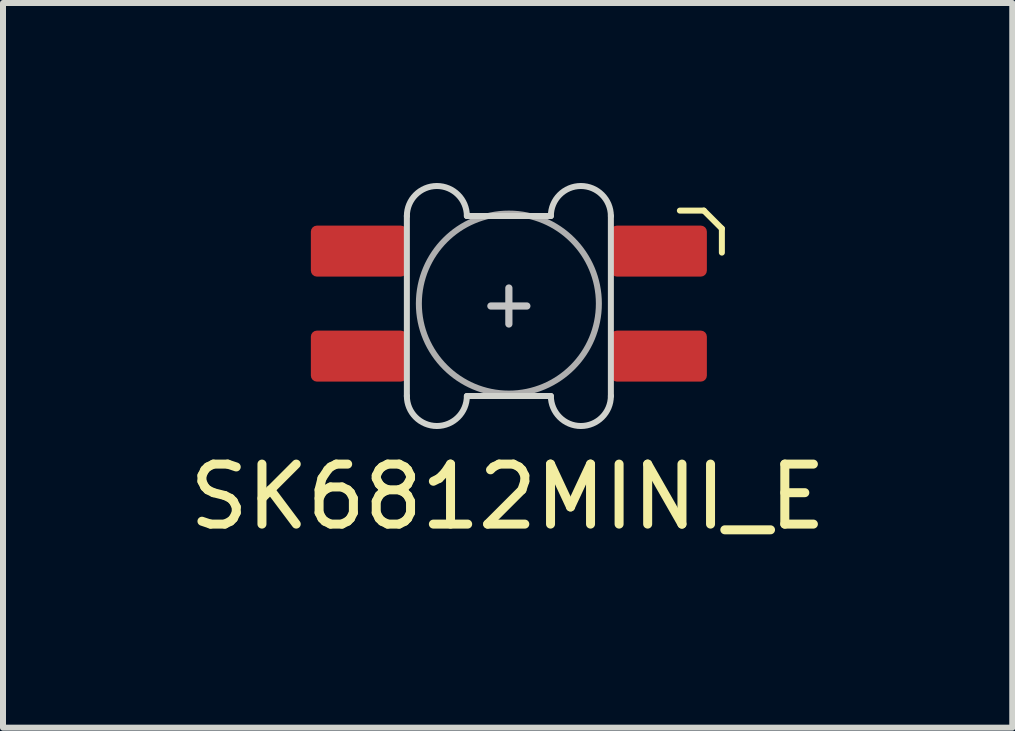
<source format=kicad_pcb>
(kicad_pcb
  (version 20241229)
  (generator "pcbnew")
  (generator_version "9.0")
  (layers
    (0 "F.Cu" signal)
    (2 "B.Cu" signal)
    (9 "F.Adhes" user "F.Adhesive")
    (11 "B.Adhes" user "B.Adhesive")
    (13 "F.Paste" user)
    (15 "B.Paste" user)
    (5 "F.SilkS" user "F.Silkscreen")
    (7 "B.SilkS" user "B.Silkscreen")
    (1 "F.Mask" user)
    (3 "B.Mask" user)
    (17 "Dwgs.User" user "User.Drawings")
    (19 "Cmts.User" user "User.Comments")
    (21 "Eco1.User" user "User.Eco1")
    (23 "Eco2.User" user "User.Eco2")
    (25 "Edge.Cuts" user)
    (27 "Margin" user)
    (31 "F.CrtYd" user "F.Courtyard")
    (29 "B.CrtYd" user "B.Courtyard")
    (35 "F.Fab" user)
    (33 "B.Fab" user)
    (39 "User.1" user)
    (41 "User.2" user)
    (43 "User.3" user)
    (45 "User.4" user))
  (footprint "SK6812MINI_E"
    (layer "F.Cu")
    (at 5.431 2.01)
    (property "Reference" "SK6812MINI_E" (at -0.02 3.22 0) (layer "F.SilkS") (effects (font (size 1 1) (thickness 0.15))))
    (attr through_hole)
    (fp_line (start 3.25 -1.55) (end 2.85 -1.55) (stroke (width 0.1) (type default)) (layer "F.SilkS"))
    (fp_line (start 3.25 -1.55) (end 3.55 -1.25) (stroke (width 0.1) (type default)) (layer "F.SilkS"))
    (fp_line (start 3.55 -1.25) (end 3.55 -0.85) (stroke (width 0.1) (type default)) (layer "F.SilkS"))
    (fp_line (start -0.3 0.04) (end 0.3 0.04) (stroke (width 0.12) (type solid)) (layer "Dwgs.User"))
    (fp_line (start 0 0.34) (end 0 -0.26) (stroke (width 0.12) (type solid)) (layer "Dwgs.User"))
    (fp_line (start -1.7 -1.46) (end -1.7 1.54) (stroke (width 0.1) (type solid)) (layer "Edge.Cuts"))
    (fp_line (start -0.7 -1.46) (end 0.7 -1.46) (stroke (width 0.1) (type solid)) (layer "Edge.Cuts"))
    (fp_line (start -0.7 1.54) (end 0.7 1.54) (stroke (width 0.1) (type solid)) (layer "Edge.Cuts"))
    (fp_line (start 1.7 1.54) (end 1.7 -1.46) (stroke (width 0.1) (type solid)) (layer "Edge.Cuts"))
    (fp_arc (start -1.7 -1.46) (mid -1.2 -1.96) (end -0.7 -1.46) (stroke (width 0.1) (type solid)) (layer "Edge.Cuts"))
    (fp_arc (start -0.7 1.54) (mid -1.2 2.04) (end -1.7 1.54) (stroke (width 0.1) (type solid)) (layer "Edge.Cuts"))
    (fp_arc (start 0.7 -1.46) (mid 1.2 -1.96) (end 1.7 -1.46) (stroke (width 0.1) (type solid)) (layer "Edge.Cuts"))
    (fp_arc (start 1.7 1.54) (mid 1.2 2.04) (end 0.7 1.54) (stroke (width 0.1) (type solid)) (layer "Edge.Cuts"))
    (fp_circle (center 0 0) (end 0 -1.5) (stroke (width 0.1) (type solid)) (fill no) (layer "F.Fab"))
    (pad "1" smd roundrect (at -2.5 0.875) (size 1.6 0.85) (layers "F.Cu" "F.Mask" "F.Paste") (roundrect_rratio 0.118))
    (pad "2" smd roundrect (at -2.5 -0.875 180) (size 1.6 0.85) (layers "F.Cu" "F.Mask" "F.Paste") (roundrect_rratio 0.118))
    (pad "3" smd roundrect (at 2.5 -0.875 180) (size 1.6 0.85) (layers "F.Cu" "F.Mask" "F.Paste") (roundrect_rratio 0.118))
    (pad "4" smd roundrect (at 2.5 0.875) (size 1.6 0.85) (layers "F.Cu" "F.Mask" "F.Paste") (roundrect_rratio 0.118)))
  (gr_rect
    (start -3 -3)
    (end 13.821 9.078)
    (stroke (width 0.1) (type default))
    (fill no)
    (layer "Edge.Cuts")))
</source>
